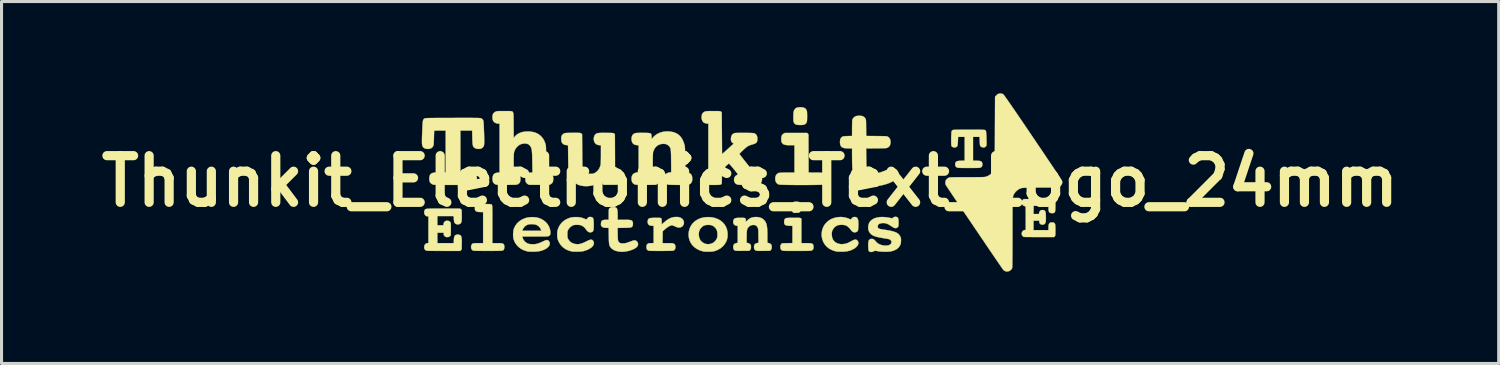
<source format=kicad_pcb>
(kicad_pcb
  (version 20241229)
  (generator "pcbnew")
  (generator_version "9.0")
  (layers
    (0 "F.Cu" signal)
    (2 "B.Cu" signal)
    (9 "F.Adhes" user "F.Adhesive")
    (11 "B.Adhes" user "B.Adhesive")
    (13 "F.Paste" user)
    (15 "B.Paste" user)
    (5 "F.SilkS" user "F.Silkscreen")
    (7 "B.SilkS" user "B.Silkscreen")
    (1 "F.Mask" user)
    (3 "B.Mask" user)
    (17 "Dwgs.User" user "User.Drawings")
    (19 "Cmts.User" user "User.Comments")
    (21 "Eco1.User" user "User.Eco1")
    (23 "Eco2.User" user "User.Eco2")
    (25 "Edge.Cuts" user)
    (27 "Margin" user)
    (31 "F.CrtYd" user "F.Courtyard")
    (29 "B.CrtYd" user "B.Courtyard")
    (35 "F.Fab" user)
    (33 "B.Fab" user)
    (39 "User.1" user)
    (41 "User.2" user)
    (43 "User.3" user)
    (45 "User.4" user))
  (footprint "Thunkit_Electronics_Text_Logo_24mm"
    (layer "F.Cu")
    (at 21.452 2.869)
    (property "Reference" "Thunkit_Electronics_Text_Logo_24mm" (at 0 0 0) (layer "F.SilkS") (effects (font (size 1.524 1.524) (thickness 0.3))))
    (attr through_hole)
    (fp_poly (pts (xy 1.521 0.67) (xy 1.558 0.672) (xy 1.583 0.677) (xy 1.601 0.686) (xy 1.616 0.699) (xy 1.626 0.71) (xy 1.633 0.72) (xy 1.638 0.734) (xy 1.64 0.755) (xy 1.641 0.786) (xy 1.642 0.831) (xy 1.642 0.856) (xy 1.641 0.908) (xy 1.641 0.945) (xy 1.639 0.971) (xy 1.635 0.987) (xy 1.629 0.998) (xy 1.621 1.008) (xy 1.62 1.009) (xy 1.608 1.019) (xy 1.592 1.026) (xy 1.569 1.03) (xy 1.533 1.032) (xy 1.51 1.033) (xy 1.468 1.035) (xy 1.441 1.034) (xy 1.423 1.031) (xy 1.41 1.024) (xy 1.397 1.013) (xy 1.394 1.009) (xy 1.371 0.975) (xy 1.359 0.928) (xy 1.357 0.865) (xy 1.36 0.821) (xy 1.369 0.762) (xy 1.383 0.72) (xy 1.405 0.691) (xy 1.438 0.675) (xy 1.482 0.669) (xy 1.521 0.67)) (stroke (width 0.01) (type solid)) (fill yes) (layer "F.SilkS"))
    (fp_poly (pts (xy 1.691 -2.414) (xy 1.752 -2.403) (xy 1.799 -2.379) (xy 1.832 -2.344) (xy 1.852 -2.296) (xy 1.854 -2.29) (xy 1.858 -2.262) (xy 1.86 -2.221) (xy 1.862 -2.171) (xy 1.862 -2.116) (xy 1.861 -2.062) (xy 1.86 -2.012) (xy 1.857 -1.971) (xy 1.853 -1.944) (xy 1.852 -1.943) (xy 1.831 -1.896) (xy 1.798 -1.864) (xy 1.751 -1.845) (xy 1.748 -1.844) (xy 1.704 -1.838) (xy 1.65 -1.836) (xy 1.594 -1.837) (xy 1.543 -1.841) (xy 1.518 -1.845) (xy 1.473 -1.864) (xy 1.439 -1.898) (xy 1.42 -1.942) (xy 1.415 -1.969) (xy 1.413 -2.012) (xy 1.412 -2.068) (xy 1.413 -2.126) (xy 1.414 -2.183) (xy 1.416 -2.225) (xy 1.42 -2.256) (xy 1.424 -2.279) (xy 1.43 -2.299) (xy 1.439 -2.319) (xy 1.44 -2.319) (xy 1.459 -2.35) (xy 1.482 -2.377) (xy 1.494 -2.386) (xy 1.533 -2.404) (xy 1.585 -2.414) (xy 1.647 -2.417) (xy 1.691 -2.414)) (stroke (width 0.01) (type solid)) (fill yes) (layer "F.SilkS"))
    (fp_poly (pts (xy 1.496 1.195) (xy 1.549 1.196) (xy 1.589 1.197) (xy 1.617 1.199) (xy 1.636 1.202) (xy 1.649 1.207) (xy 1.654 1.209) (xy 1.675 1.224) (xy 1.675 2.023) (xy 1.831 2.023) (xy 1.9 2.023) (xy 1.953 2.026) (xy 1.992 2.03) (xy 2.021 2.038) (xy 2.04 2.05) (xy 2.053 2.066) (xy 2.061 2.081) (xy 2.071 2.119) (xy 2.072 2.162) (xy 2.066 2.201) (xy 2.053 2.228) (xy 2.045 2.239) (xy 2.037 2.248) (xy 2.027 2.255) (xy 2.014 2.261) (xy 1.996 2.266) (xy 1.971 2.27) (xy 1.939 2.272) (xy 1.896 2.274) (xy 1.842 2.275) (xy 1.775 2.276) (xy 1.694 2.276) (xy 1.596 2.276) (xy 1.529 2.276) (xy 1.424 2.276) (xy 1.336 2.276) (xy 1.263 2.276) (xy 1.204 2.276) (xy 1.158 2.275) (xy 1.122 2.274) (xy 1.095 2.272) (xy 1.075 2.27) (xy 1.061 2.268) (xy 1.05 2.264) (xy 1.042 2.261) (xy 1.037 2.258) (xy 1.011 2.237) (xy 0.996 2.209) (xy 0.989 2.17) (xy 0.988 2.14) (xy 0.99 2.106) (xy 0.997 2.083) (xy 1.013 2.061) (xy 1.015 2.058) (xy 1.043 2.027) (xy 1.383 2.021) (xy 1.383 1.46) (xy 1.286 1.456) (xy 1.222 1.451) (xy 1.175 1.441) (xy 1.142 1.424) (xy 1.121 1.398) (xy 1.112 1.362) (xy 1.111 1.314) (xy 1.112 1.308) (xy 1.119 1.263) (xy 1.134 1.233) (xy 1.16 1.213) (xy 1.184 1.204) (xy 1.204 1.201) (xy 1.238 1.199) (xy 1.286 1.197) (xy 1.341 1.196) (xy 1.403 1.195) (xy 1.425 1.195) (xy 1.496 1.195)) (stroke (width 0.01) (type solid)) (fill yes) (layer "F.SilkS"))
    (fp_poly (pts (xy 1.884 -1.554) (xy 1.905 -1.533) (xy 1.908 -0.908) (xy 1.91 -0.283) (xy 2.162 -0.28) (xy 2.237 -0.28) (xy 2.296 -0.279) (xy 2.341 -0.277) (xy 2.375 -0.276) (xy 2.399 -0.273) (xy 2.417 -0.27) (xy 2.431 -0.266) (xy 2.443 -0.26) (xy 2.452 -0.255) (xy 2.492 -0.222) (xy 2.52 -0.176) (xy 2.535 -0.121) (xy 2.536 -0.058) (xy 2.53 -0.023) (xy 2.511 0.032) (xy 2.479 0.073) (xy 2.434 0.101) (xy 2.415 0.108) (xy 2.396 0.111) (xy 2.359 0.114) (xy 2.308 0.116) (xy 2.243 0.118) (xy 2.168 0.12) (xy 2.082 0.121) (xy 1.989 0.122) (xy 1.891 0.123) (xy 1.788 0.123) (xy 1.684 0.123) (xy 1.579 0.123) (xy 1.477 0.123) (xy 1.377 0.122) (xy 1.284 0.121) (xy 1.197 0.119) (xy 1.12 0.118) (xy 1.054 0.116) (xy 1.001 0.113) (xy 0.963 0.111) (xy 0.941 0.108) (xy 0.939 0.108) (xy 0.891 0.084) (xy 0.855 0.046) (xy 0.831 -0.002) (xy 0.82 -0.06) (xy 0.823 -0.125) (xy 0.829 -0.157) (xy 0.851 -0.205) (xy 0.886 -0.243) (xy 0.932 -0.268) (xy 0.944 -0.271) (xy 0.969 -0.275) (xy 1.011 -0.278) (xy 1.067 -0.28) (xy 1.137 -0.282) (xy 1.218 -0.282) (xy 1.449 -0.282) (xy 1.449 -1.176) (xy 1.314 -1.176) (xy 1.239 -1.177) (xy 1.179 -1.182) (xy 1.133 -1.19) (xy 1.098 -1.203) (xy 1.071 -1.22) (xy 1.061 -1.23) (xy 1.039 -1.257) (xy 1.025 -1.288) (xy 1.018 -1.327) (xy 1.016 -1.379) (xy 1.016 -1.381) (xy 1.02 -1.442) (xy 1.034 -1.49) (xy 1.058 -1.526) (xy 1.094 -1.553) (xy 1.134 -1.576) (xy 1.862 -1.576) (xy 1.884 -1.554)) (stroke (width 0.01) (type solid)) (fill yes) (layer "F.SilkS"))
    (fp_poly (pts (xy -1.296 1.174) (xy -1.28 1.176) (xy -1.168 1.196) (xy -1.067 1.231) (xy -0.978 1.278) (xy -0.901 1.338) (xy -0.838 1.409) (xy -0.789 1.49) (xy -0.755 1.581) (xy -0.737 1.68) (xy -0.734 1.738) (xy -0.737 1.813) (xy -0.748 1.878) (xy -0.768 1.941) (xy -0.787 1.983) (xy -0.836 2.064) (xy -0.9 2.136) (xy -0.977 2.198) (xy -1.066 2.247) (xy -1.134 2.273) (xy -1.168 2.284) (xy -1.2 2.291) (xy -1.235 2.296) (xy -1.278 2.299) (xy -1.333 2.301) (xy -1.345 2.301) (xy -1.423 2.302) (xy -1.484 2.299) (xy -1.53 2.293) (xy -1.538 2.291) (xy -1.644 2.259) (xy -1.738 2.213) (xy -1.82 2.155) (xy -1.888 2.087) (xy -1.942 2.009) (xy -1.981 1.923) (xy -2.004 1.829) (xy -2.009 1.74) (xy -1.678 1.74) (xy -1.669 1.821) (xy -1.644 1.892) (xy -1.605 1.952) (xy -1.552 2) (xy -1.485 2.036) (xy -1.449 2.048) (xy -1.397 2.056) (xy -1.337 2.054) (xy -1.278 2.043) (xy -1.236 2.028) (xy -1.176 1.99) (xy -1.126 1.938) (xy -1.092 1.882) (xy -1.08 1.854) (xy -1.073 1.827) (xy -1.069 1.796) (xy -1.068 1.754) (xy -1.068 1.74) (xy -1.071 1.672) (xy -1.082 1.617) (xy -1.102 1.57) (xy -1.133 1.526) (xy -1.145 1.514) (xy -1.19 1.473) (xy -1.239 1.446) (xy -1.296 1.43) (xy -1.366 1.426) (xy -1.369 1.426) (xy -1.437 1.43) (xy -1.493 1.443) (xy -1.541 1.468) (xy -1.586 1.507) (xy -1.599 1.52) (xy -1.639 1.573) (xy -1.664 1.629) (xy -1.676 1.693) (xy -1.678 1.74) (xy -2.009 1.74) (xy -2.01 1.73) (xy -2 1.637) (xy -1.974 1.541) (xy -1.931 1.453) (xy -1.873 1.374) (xy -1.802 1.307) (xy -1.718 1.252) (xy -1.623 1.211) (xy -1.605 1.205) (xy -1.506 1.182) (xy -1.4 1.172) (xy -1.296 1.174)) (stroke (width 0.01) (type solid)) (fill yes) (layer "F.SilkS"))
    (fp_poly (pts (xy -8.707 0.744) (xy -8.642 0.745) (xy -8.579 0.746) (xy -8.531 0.747) (xy -8.497 0.749) (xy -8.474 0.751) (xy -8.458 0.754) (xy -8.448 0.759) (xy -8.441 0.766) (xy -8.438 0.77) (xy -8.434 0.775) (xy -8.431 0.782) (xy -8.428 0.791) (xy -8.426 0.805) (xy -8.424 0.824) (xy -8.423 0.851) (xy -8.422 0.886) (xy -8.421 0.93) (xy -8.42 0.986) (xy -8.42 1.055) (xy -8.42 1.138) (xy -8.42 1.236) (xy -8.42 1.351) (xy -8.42 1.407) (xy -8.42 2.023) (xy -8.262 2.023) (xy -8.194 2.023) (xy -8.142 2.026) (xy -8.103 2.031) (xy -8.076 2.039) (xy -8.057 2.052) (xy -8.044 2.069) (xy -8.034 2.093) (xy -8.034 2.094) (xy -8.027 2.132) (xy -8.029 2.176) (xy -8.038 2.216) (xy -8.044 2.231) (xy -8.05 2.241) (xy -8.057 2.249) (xy -8.068 2.256) (xy -8.083 2.262) (xy -8.104 2.266) (xy -8.133 2.27) (xy -8.171 2.272) (xy -8.219 2.274) (xy -8.28 2.275) (xy -8.355 2.276) (xy -8.446 2.276) (xy -8.553 2.276) (xy -8.572 2.276) (xy -8.68 2.276) (xy -8.771 2.276) (xy -8.846 2.275) (xy -8.907 2.274) (xy -8.955 2.273) (xy -8.992 2.271) (xy -9.02 2.27) (xy -9.039 2.267) (xy -9.052 2.264) (xy -9.057 2.262) (xy -9.086 2.24) (xy -9.105 2.207) (xy -9.115 2.167) (xy -9.114 2.125) (xy -9.103 2.085) (xy -9.082 2.053) (xy -9.061 2.037) (xy -9.045 2.032) (xy -9.023 2.027) (xy -8.992 2.025) (xy -8.948 2.023) (xy -8.889 2.023) (xy -8.876 2.023) (xy -8.721 2.023) (xy -8.721 1.007) (xy -8.81 1.007) (xy -8.876 1.004) (xy -8.925 0.994) (xy -8.96 0.976) (xy -8.981 0.949) (xy -8.991 0.911) (xy -8.991 0.863) (xy -8.988 0.828) (xy -8.98 0.806) (xy -8.967 0.788) (xy -8.958 0.78) (xy -8.943 0.768) (xy -8.924 0.759) (xy -8.901 0.752) (xy -8.87 0.748) (xy -8.829 0.745) (xy -8.775 0.744) (xy -8.707 0.744)) (stroke (width 0.01) (type solid)) (fill yes) (layer "F.SilkS"))
    (fp_poly (pts (xy -7.061 1.174) (xy -6.982 1.183) (xy -6.929 1.194) (xy -6.831 1.229) (xy -6.745 1.278) (xy -6.671 1.34) (xy -6.61 1.411) (xy -6.564 1.493) (xy -6.535 1.582) (xy -6.527 1.624) (xy -6.522 1.683) (xy -6.526 1.727) (xy -6.54 1.76) (xy -6.565 1.784) (xy -6.576 1.79) (xy -6.585 1.794) (xy -6.597 1.797) (xy -6.613 1.8) (xy -6.634 1.802) (xy -6.664 1.803) (xy -6.703 1.804) (xy -6.753 1.805) (xy -6.816 1.806) (xy -6.893 1.806) (xy -6.987 1.806) (xy -7.026 1.806) (xy -7.443 1.806) (xy -7.437 1.832) (xy -7.412 1.899) (xy -7.37 1.958) (xy -7.317 2.005) (xy -7.273 2.03) (xy -7.242 2.043) (xy -7.209 2.051) (xy -7.169 2.056) (xy -7.126 2.058) (xy -7.064 2.059) (xy -7.007 2.054) (xy -6.952 2.042) (xy -6.893 2.023) (xy -6.826 1.995) (xy -6.781 1.974) (xy -6.723 1.948) (xy -6.679 1.931) (xy -6.645 1.923) (xy -6.619 1.924) (xy -6.597 1.933) (xy -6.578 1.951) (xy -6.572 1.957) (xy -6.548 1.998) (xy -6.542 2.042) (xy -6.554 2.089) (xy -6.555 2.09) (xy -6.587 2.14) (xy -6.637 2.185) (xy -6.703 2.225) (xy -6.784 2.259) (xy -6.844 2.277) (xy -6.892 2.287) (xy -6.953 2.295) (xy -7.02 2.3) (xy -7.091 2.302) (xy -7.159 2.302) (xy -7.219 2.299) (xy -7.267 2.293) (xy -7.277 2.291) (xy -7.382 2.259) (xy -7.476 2.213) (xy -7.558 2.154) (xy -7.627 2.083) (xy -7.681 2.002) (xy -7.72 1.911) (xy -7.728 1.881) (xy -7.738 1.825) (xy -7.742 1.759) (xy -7.74 1.689) (xy -7.732 1.622) (xy -7.731 1.618) (xy -7.443 1.618) (xy -6.819 1.618) (xy -6.826 1.597) (xy -6.855 1.532) (xy -6.899 1.479) (xy -6.957 1.438) (xy -6.976 1.429) (xy -7.022 1.414) (xy -7.081 1.405) (xy -7.143 1.402) (xy -7.204 1.405) (xy -7.255 1.415) (xy -7.257 1.416) (xy -7.318 1.445) (xy -7.371 1.488) (xy -7.412 1.543) (xy -7.436 1.597) (xy -7.443 1.618) (xy -7.731 1.618) (xy -7.72 1.564) (xy -7.714 1.546) (xy -7.67 1.455) (xy -7.612 1.376) (xy -7.539 1.308) (xy -7.453 1.252) (xy -7.355 1.21) (xy -7.303 1.194) (xy -7.229 1.18) (xy -7.146 1.173) (xy -7.061 1.174)) (stroke (width 0.01) (type solid)) (fill yes) (layer "F.SilkS"))
    (fp_poly (pts (xy 3.449 1.171) (xy 3.484 1.188) (xy 3.49 1.192) (xy 3.508 1.214) (xy 3.521 1.244) (xy 3.53 1.284) (xy 3.535 1.337) (xy 3.537 1.404) (xy 3.536 1.465) (xy 3.533 1.527) (xy 3.529 1.574) (xy 3.521 1.607) (xy 3.509 1.631) (xy 3.492 1.647) (xy 3.468 1.659) (xy 3.454 1.664) (xy 3.406 1.671) (xy 3.364 1.66) (xy 3.325 1.632) (xy 3.302 1.604) (xy 3.253 1.541) (xy 3.202 1.492) (xy 3.152 1.456) (xy 3.122 1.443) (xy 3.075 1.431) (xy 3.018 1.425) (xy 2.959 1.425) (xy 2.904 1.43) (xy 2.858 1.44) (xy 2.841 1.447) (xy 2.782 1.482) (xy 2.737 1.525) (xy 2.701 1.581) (xy 2.698 1.588) (xy 2.682 1.622) (xy 2.673 1.65) (xy 2.668 1.68) (xy 2.667 1.719) (xy 2.667 1.731) (xy 2.672 1.804) (xy 2.687 1.865) (xy 2.713 1.918) (xy 2.739 1.952) (xy 2.793 1.999) (xy 2.858 2.033) (xy 2.932 2.052) (xy 3.012 2.057) (xy 3.097 2.046) (xy 3.156 2.03) (xy 3.189 2.018) (xy 3.231 1.998) (xy 3.276 1.975) (xy 3.305 1.96) (xy 3.36 1.93) (xy 3.403 1.913) (xy 3.437 1.906) (xy 3.466 1.911) (xy 3.491 1.925) (xy 3.5 1.934) (xy 3.527 1.971) (xy 3.538 2.012) (xy 3.531 2.056) (xy 3.51 2.101) (xy 3.473 2.145) (xy 3.423 2.187) (xy 3.37 2.218) (xy 3.308 2.248) (xy 3.247 2.27) (xy 3.184 2.285) (xy 3.114 2.295) (xy 3.031 2.3) (xy 3.001 2.301) (xy 2.939 2.302) (xy 2.892 2.302) (xy 2.854 2.299) (xy 2.822 2.295) (xy 2.79 2.288) (xy 2.785 2.287) (xy 2.678 2.251) (xy 2.585 2.204) (xy 2.507 2.143) (xy 2.442 2.07) (xy 2.394 1.991) (xy 2.357 1.894) (xy 2.337 1.795) (xy 2.337 1.695) (xy 2.354 1.594) (xy 2.39 1.496) (xy 2.4 1.476) (xy 2.436 1.419) (xy 2.485 1.361) (xy 2.542 1.307) (xy 2.603 1.263) (xy 2.643 1.24) (xy 2.748 1.199) (xy 2.856 1.175) (xy 2.965 1.168) (xy 3.074 1.179) (xy 3.178 1.206) (xy 3.21 1.218) (xy 3.249 1.235) (xy 3.275 1.244) (xy 3.291 1.247) (xy 3.3 1.244) (xy 3.306 1.235) (xy 3.309 1.228) (xy 3.333 1.197) (xy 3.368 1.177) (xy 3.408 1.167) (xy 3.449 1.171)) (stroke (width 0.01) (type solid)) (fill yes) (layer "F.SilkS"))
    (fp_poly (pts (xy -2.385 1.168) (xy -2.339 1.172) (xy -2.305 1.18) (xy -2.273 1.192) (xy -2.26 1.199) (xy -2.213 1.233) (xy -2.182 1.273) (xy -2.165 1.318) (xy -2.16 1.363) (xy -2.169 1.407) (xy -2.189 1.447) (xy -2.219 1.48) (xy -2.26 1.503) (xy -2.31 1.514) (xy -2.352 1.512) (xy -2.379 1.505) (xy -2.414 1.492) (xy -2.453 1.476) (xy -2.458 1.473) (xy -2.494 1.457) (xy -2.527 1.445) (xy -2.552 1.439) (xy -2.555 1.439) (xy -2.591 1.446) (xy -2.636 1.466) (xy -2.688 1.497) (xy -2.744 1.538) (xy -2.775 1.564) (xy -2.855 1.633) (xy -2.858 1.828) (xy -2.86 2.023) (xy -2.693 2.023) (xy -2.63 2.023) (xy -2.583 2.024) (xy -2.549 2.026) (xy -2.524 2.029) (xy -2.506 2.034) (xy -2.493 2.039) (xy -2.464 2.063) (xy -2.446 2.097) (xy -2.438 2.137) (xy -2.441 2.179) (xy -2.453 2.218) (xy -2.475 2.249) (xy -2.504 2.266) (xy -2.523 2.269) (xy -2.559 2.272) (xy -2.614 2.274) (xy -2.686 2.275) (xy -2.774 2.276) (xy -2.88 2.277) (xy -2.92 2.277) (xy -3.016 2.277) (xy -3.095 2.276) (xy -3.158 2.276) (xy -3.208 2.275) (xy -3.247 2.274) (xy -3.276 2.273) (xy -3.298 2.271) (xy -3.313 2.268) (xy -3.324 2.265) (xy -3.333 2.261) (xy -3.337 2.258) (xy -3.362 2.239) (xy -3.378 2.216) (xy -3.385 2.184) (xy -3.387 2.146) (xy -3.385 2.111) (xy -3.38 2.088) (xy -3.368 2.069) (xy -3.359 2.058) (xy -3.346 2.044) (xy -3.333 2.035) (xy -3.316 2.029) (xy -3.291 2.026) (xy -3.253 2.024) (xy -3.242 2.024) (xy -3.151 2.021) (xy -3.151 1.458) (xy -3.191 1.458) (xy -3.251 1.452) (xy -3.296 1.435) (xy -3.327 1.406) (xy -3.344 1.365) (xy -3.347 1.347) (xy -3.346 1.293) (xy -3.333 1.251) (xy -3.307 1.221) (xy -3.299 1.216) (xy -3.284 1.21) (xy -3.265 1.205) (xy -3.237 1.202) (xy -3.199 1.199) (xy -3.146 1.197) (xy -3.102 1.196) (xy -3.033 1.195) (xy -2.981 1.195) (xy -2.943 1.198) (xy -2.917 1.205) (xy -2.901 1.217) (xy -2.892 1.235) (xy -2.889 1.262) (xy -2.888 1.297) (xy -2.888 1.318) (xy -2.888 1.412) (xy -2.801 1.336) (xy -2.718 1.27) (xy -2.639 1.221) (xy -2.56 1.189) (xy -2.479 1.171) (xy -2.394 1.168) (xy -2.385 1.168)) (stroke (width 0.01) (type solid)) (fill yes) (layer "F.SilkS"))
    (fp_poly (pts (xy 7.27 -1.684) (xy 7.353 -1.684) (xy 7.431 -1.683) (xy 7.502 -1.682) (xy 7.563 -1.68) (xy 7.611 -1.678) (xy 7.646 -1.676) (xy 7.664 -1.674) (xy 7.665 -1.674) (xy 7.693 -1.655) (xy 7.704 -1.635) (xy 7.707 -1.617) (xy 7.71 -1.584) (xy 7.714 -1.538) (xy 7.717 -1.483) (xy 7.719 -1.422) (xy 7.72 -1.393) (xy 7.722 -1.323) (xy 7.723 -1.269) (xy 7.723 -1.228) (xy 7.722 -1.199) (xy 7.72 -1.178) (xy 7.716 -1.163) (xy 7.711 -1.151) (xy 7.687 -1.123) (xy 7.652 -1.106) (xy 7.613 -1.102) (xy 7.573 -1.11) (xy 7.538 -1.132) (xy 7.534 -1.135) (xy 7.524 -1.146) (xy 7.516 -1.157) (xy 7.511 -1.171) (xy 7.508 -1.192) (xy 7.505 -1.223) (xy 7.503 -1.267) (xy 7.501 -1.305) (xy 7.495 -1.449) (xy 7.281 -1.449) (xy 7.281 -0.668) (xy 7.39 -0.668) (xy 7.455 -0.667) (xy 7.503 -0.661) (xy 7.538 -0.651) (xy 7.561 -0.635) (xy 7.576 -0.611) (xy 7.585 -0.579) (xy 7.587 -0.568) (xy 7.586 -0.52) (xy 7.571 -0.481) (xy 7.543 -0.453) (xy 7.535 -0.449) (xy 7.525 -0.445) (xy 7.513 -0.442) (xy 7.496 -0.439) (xy 7.472 -0.437) (xy 7.441 -0.435) (xy 7.399 -0.434) (xy 7.345 -0.433) (xy 7.276 -0.433) (xy 7.192 -0.433) (xy 7.145 -0.433) (xy 7.052 -0.433) (xy 6.977 -0.433) (xy 6.916 -0.434) (xy 6.868 -0.435) (xy 6.832 -0.436) (xy 6.805 -0.438) (xy 6.785 -0.44) (xy 6.77 -0.443) (xy 6.759 -0.447) (xy 6.755 -0.449) (xy 6.722 -0.474) (xy 6.703 -0.508) (xy 6.698 -0.55) (xy 6.702 -0.591) (xy 6.715 -0.621) (xy 6.738 -0.643) (xy 6.774 -0.657) (xy 6.824 -0.665) (xy 6.89 -0.668) (xy 6.898 -0.668) (xy 7.009 -0.668) (xy 7.009 -1.449) (xy 6.794 -1.449) (xy 6.788 -1.315) (xy 6.785 -1.264) (xy 6.781 -1.219) (xy 6.777 -1.183) (xy 6.773 -1.16) (xy 6.772 -1.157) (xy 6.752 -1.128) (xy 6.721 -1.109) (xy 6.684 -1.101) (xy 6.646 -1.104) (xy 6.611 -1.118) (xy 6.584 -1.142) (xy 6.576 -1.157) (xy 6.572 -1.176) (xy 6.57 -1.21) (xy 6.568 -1.255) (xy 6.568 -1.31) (xy 6.568 -1.369) (xy 6.569 -1.43) (xy 6.571 -1.489) (xy 6.573 -1.543) (xy 6.576 -1.588) (xy 6.58 -1.622) (xy 6.584 -1.638) (xy 6.602 -1.661) (xy 6.624 -1.673) (xy 6.64 -1.676) (xy 6.673 -1.678) (xy 6.72 -1.68) (xy 6.78 -1.681) (xy 6.849 -1.682) (xy 6.926 -1.683) (xy 7.009 -1.684) (xy 7.096 -1.684) (xy 7.183 -1.684) (xy 7.27 -1.684)) (stroke (width 0.01) (type solid)) (fill yes) (layer "F.SilkS"))
    (fp_poly (pts (xy -4.444 0.847) (xy -4.405 0.853) (xy -4.386 0.86) (xy -4.366 0.873) (xy -4.351 0.891) (xy -4.341 0.918) (xy -4.334 0.954) (xy -4.329 1.003) (xy -4.328 1.067) (xy -4.327 1.106) (xy -4.327 1.261) (xy -4.125 1.261) (xy -4.048 1.261) (xy -3.988 1.262) (xy -3.943 1.265) (xy -3.908 1.27) (xy -3.883 1.277) (xy -3.865 1.287) (xy -3.851 1.299) (xy -3.843 1.311) (xy -3.832 1.34) (xy -3.827 1.379) (xy -3.829 1.42) (xy -3.837 1.456) (xy -3.838 1.458) (xy -3.847 1.476) (xy -3.858 1.49) (xy -3.874 1.501) (xy -3.897 1.509) (xy -3.929 1.515) (xy -3.973 1.518) (xy -4.03 1.521) (xy -4.104 1.522) (xy -4.119 1.522) (xy -4.329 1.526) (xy -4.326 1.729) (xy -4.324 1.805) (xy -4.322 1.863) (xy -4.319 1.908) (xy -4.313 1.942) (xy -4.305 1.967) (xy -4.294 1.985) (xy -4.279 2) (xy -4.26 2.013) (xy -4.259 2.014) (xy -4.22 2.028) (xy -4.169 2.033) (xy -4.11 2.03) (xy -4.046 2.018) (xy -3.998 2.003) (xy -3.931 1.979) (xy -3.879 1.96) (xy -3.84 1.946) (xy -3.812 1.937) (xy -3.792 1.932) (xy -3.777 1.93) (xy -3.766 1.931) (xy -3.755 1.933) (xy -3.744 1.938) (xy -3.741 1.938) (xy -3.702 1.961) (xy -3.675 1.995) (xy -3.661 2.036) (xy -3.662 2.081) (xy -3.678 2.121) (xy -3.71 2.158) (xy -3.758 2.193) (xy -3.819 2.225) (xy -3.889 2.252) (xy -3.967 2.275) (xy -4.048 2.292) (xy -4.131 2.302) (xy -4.196 2.304) (xy -4.231 2.303) (xy -4.26 2.301) (xy -4.276 2.299) (xy -4.33 2.288) (xy -4.37 2.278) (xy -4.401 2.269) (xy -4.427 2.259) (xy -4.451 2.248) (xy -4.488 2.225) (xy -4.525 2.195) (xy -4.543 2.177) (xy -4.562 2.154) (xy -4.577 2.132) (xy -4.589 2.108) (xy -4.598 2.08) (xy -4.605 2.045) (xy -4.609 2.002) (xy -4.613 1.947) (xy -4.615 1.878) (xy -4.617 1.793) (xy -4.617 1.78) (xy -4.621 1.524) (xy -4.683 1.524) (xy -4.743 1.521) (xy -4.789 1.513) (xy -4.823 1.498) (xy -4.848 1.476) (xy -4.862 1.459) (xy -4.87 1.442) (xy -4.873 1.421) (xy -4.872 1.387) (xy -4.871 1.382) (xy -4.866 1.338) (xy -4.853 1.306) (xy -4.832 1.284) (xy -4.798 1.27) (xy -4.751 1.263) (xy -4.692 1.261) (xy -4.619 1.261) (xy -4.619 1.089) (xy -4.619 1.022) (xy -4.617 0.972) (xy -4.615 0.935) (xy -4.609 0.909) (xy -4.601 0.89) (xy -4.589 0.877) (xy -4.572 0.866) (xy -4.561 0.86) (xy -4.53 0.85) (xy -4.488 0.846) (xy -4.444 0.847)) (stroke (width 0.01) (type solid)) (fill yes) (layer "F.SilkS"))
    (fp_poly (pts (xy -9.448 0.916) (xy -9.422 0.939) (xy -9.419 1.107) (xy -9.418 1.184) (xy -9.42 1.245) (xy -9.423 1.292) (xy -9.43 1.328) (xy -9.44 1.354) (xy -9.454 1.374) (xy -9.471 1.389) (xy -9.472 1.39) (xy -9.511 1.407) (xy -9.555 1.411) (xy -9.597 1.402) (xy -9.632 1.383) (xy -9.656 1.355) (xy -9.665 1.329) (xy -9.672 1.288) (xy -9.677 1.236) (xy -9.677 1.232) (xy -9.683 1.138) (xy -10.216 1.138) (xy -10.216 1.439) (xy -10.021 1.439) (xy -10.014 1.399) (xy -10.005 1.361) (xy -9.992 1.335) (xy -9.971 1.315) (xy -9.959 1.307) (xy -9.92 1.292) (xy -9.877 1.291) (xy -9.837 1.302) (xy -9.804 1.324) (xy -9.789 1.345) (xy -9.783 1.358) (xy -9.78 1.374) (xy -9.777 1.398) (xy -9.776 1.43) (xy -9.775 1.475) (xy -9.776 1.534) (xy -9.776 1.572) (xy -9.779 1.77) (xy -9.81 1.798) (xy -9.831 1.814) (xy -9.853 1.822) (xy -9.884 1.825) (xy -9.893 1.825) (xy -9.925 1.824) (xy -9.947 1.818) (xy -9.966 1.804) (xy -9.977 1.793) (xy -9.999 1.768) (xy -10.008 1.745) (xy -10.009 1.722) (xy -10.009 1.684) (xy -10.216 1.684) (xy -10.216 2.023) (xy -9.683 2.023) (xy -9.677 1.924) (xy -9.673 1.865) (xy -9.664 1.821) (xy -9.652 1.79) (xy -9.634 1.769) (xy -9.609 1.754) (xy -9.607 1.753) (xy -9.565 1.743) (xy -9.52 1.745) (xy -9.479 1.758) (xy -9.465 1.766) (xy -9.449 1.781) (xy -9.437 1.802) (xy -9.429 1.831) (xy -9.423 1.871) (xy -9.419 1.922) (xy -9.418 1.989) (xy -9.419 2.054) (xy -9.422 2.231) (xy -9.448 2.254) (xy -9.474 2.277) (xy -10.017 2.277) (xy -10.134 2.276) (xy -10.234 2.276) (xy -10.317 2.276) (xy -10.386 2.275) (xy -10.442 2.275) (xy -10.487 2.273) (xy -10.521 2.272) (xy -10.547 2.27) (xy -10.566 2.268) (xy -10.578 2.266) (xy -10.586 2.263) (xy -10.587 2.262) (xy -10.618 2.241) (xy -10.636 2.213) (xy -10.645 2.176) (xy -10.645 2.129) (xy -10.632 2.087) (xy -10.608 2.053) (xy -10.576 2.03) (xy -10.54 2.023) (xy -10.508 2.023) (xy -10.508 1.148) (xy -10.537 1.148) (xy -10.576 1.139) (xy -10.608 1.117) (xy -10.632 1.083) (xy -10.645 1.043) (xy -10.647 0.999) (xy -10.636 0.956) (xy -10.625 0.937) (xy -10.619 0.928) (xy -10.612 0.92) (xy -10.604 0.914) (xy -10.591 0.909) (xy -10.573 0.905) (xy -10.549 0.901) (xy -10.517 0.899) (xy -10.476 0.897) (xy -10.424 0.895) (xy -10.359 0.894) (xy -10.281 0.894) (xy -10.187 0.894) (xy -10.077 0.894) (xy -10.019 0.894) (xy -9.474 0.894) (xy -9.448 0.916)) (stroke (width 0.01) (type solid)) (fill yes) (layer "F.SilkS"))
    (fp_poly (pts (xy -5.188 1.17) (xy -5.16 1.18) (xy -5.156 1.182) (xy -5.14 1.196) (xy -5.128 1.214) (xy -5.119 1.238) (xy -5.113 1.271) (xy -5.11 1.316) (xy -5.108 1.376) (xy -5.108 1.423) (xy -5.109 1.493) (xy -5.111 1.548) (xy -5.116 1.588) (xy -5.123 1.617) (xy -5.135 1.637) (xy -5.151 1.651) (xy -5.172 1.661) (xy -5.179 1.663) (xy -5.222 1.672) (xy -5.261 1.666) (xy -5.298 1.645) (xy -5.335 1.608) (xy -5.363 1.571) (xy -5.402 1.52) (xy -5.444 1.483) (xy -5.496 1.453) (xy -5.509 1.447) (xy -5.535 1.437) (xy -5.562 1.431) (xy -5.596 1.427) (xy -5.642 1.426) (xy -5.654 1.426) (xy -5.7 1.426) (xy -5.733 1.428) (xy -5.759 1.432) (xy -5.782 1.44) (xy -5.806 1.451) (xy -5.867 1.491) (xy -5.917 1.545) (xy -5.949 1.598) (xy -5.959 1.623) (xy -5.965 1.649) (xy -5.968 1.682) (xy -5.969 1.728) (xy -5.969 1.74) (xy -5.968 1.788) (xy -5.966 1.822) (xy -5.961 1.847) (xy -5.953 1.871) (xy -5.946 1.886) (xy -5.905 1.948) (xy -5.852 1.996) (xy -5.787 2.031) (xy -5.708 2.052) (xy -5.698 2.053) (xy -5.64 2.058) (xy -5.583 2.054) (xy -5.524 2.041) (xy -5.458 2.017) (xy -5.383 1.983) (xy -5.356 1.97) (xy -5.298 1.941) (xy -5.253 1.922) (xy -5.219 1.911) (xy -5.192 1.909) (xy -5.169 1.913) (xy -5.148 1.925) (xy -5.147 1.926) (xy -5.128 1.947) (xy -5.112 1.975) (xy -5.109 1.983) (xy -5.102 2.029) (xy -5.113 2.075) (xy -5.14 2.12) (xy -5.183 2.163) (xy -5.241 2.203) (xy -5.311 2.239) (xy -5.395 2.269) (xy -5.405 2.272) (xy -5.442 2.283) (xy -5.476 2.29) (xy -5.513 2.295) (xy -5.556 2.298) (xy -5.611 2.3) (xy -5.635 2.301) (xy -5.71 2.302) (xy -5.769 2.3) (xy -5.814 2.296) (xy -5.837 2.291) (xy -5.94 2.261) (xy -6.029 2.218) (xy -6.108 2.162) (xy -6.164 2.109) (xy -6.21 2.049) (xy -6.25 1.98) (xy -6.28 1.91) (xy -6.293 1.865) (xy -6.3 1.807) (xy -6.302 1.74) (xy -6.299 1.672) (xy -6.291 1.611) (xy -6.288 1.6) (xy -6.258 1.512) (xy -6.212 1.429) (xy -6.152 1.355) (xy -6.08 1.291) (xy -6 1.242) (xy -5.93 1.211) (xy -5.866 1.19) (xy -5.801 1.177) (xy -5.728 1.172) (xy -5.691 1.172) (xy -5.62 1.173) (xy -5.559 1.18) (xy -5.503 1.193) (xy -5.442 1.213) (xy -5.41 1.226) (xy -5.374 1.24) (xy -5.351 1.246) (xy -5.34 1.246) (xy -5.335 1.241) (xy -5.326 1.227) (xy -5.309 1.206) (xy -5.301 1.197) (xy -5.278 1.178) (xy -5.256 1.169) (xy -5.225 1.167) (xy -5.224 1.167) (xy -5.188 1.17)) (stroke (width 0.01) (type solid)) (fill yes) (layer "F.SilkS"))
    (fp_poly (pts (xy 9.951 0.605) (xy 9.959 0.614) (xy 9.964 0.624) (xy 9.968 0.638) (xy 9.97 0.66) (xy 9.971 0.692) (xy 9.972 0.737) (xy 9.972 0.798) (xy 9.972 0.798) (xy 9.971 0.869) (xy 9.97 0.922) (xy 9.966 0.963) (xy 9.96 0.992) (xy 9.951 1.012) (xy 9.939 1.026) (xy 9.925 1.035) (xy 9.898 1.042) (xy 9.862 1.044) (xy 9.824 1.04) (xy 9.794 1.031) (xy 9.794 1.03) (xy 9.773 1.014) (xy 9.758 0.988) (xy 9.75 0.95) (xy 9.746 0.897) (xy 9.746 0.878) (xy 9.746 0.799) (xy 9.262 0.804) (xy 9.259 0.938) (xy 9.256 1.072) (xy 9.434 1.072) (xy 9.441 1.033) (xy 9.456 0.989) (xy 9.483 0.958) (xy 9.522 0.943) (xy 9.546 0.941) (xy 9.582 0.943) (xy 9.609 0.952) (xy 9.63 0.969) (xy 9.645 0.996) (xy 9.654 1.036) (xy 9.659 1.09) (xy 9.661 1.16) (xy 9.661 1.183) (xy 9.661 1.242) (xy 9.66 1.286) (xy 9.657 1.318) (xy 9.653 1.341) (xy 9.648 1.358) (xy 9.645 1.364) (xy 9.619 1.397) (xy 9.583 1.416) (xy 9.541 1.421) (xy 9.497 1.409) (xy 9.492 1.406) (xy 9.463 1.384) (xy 9.448 1.354) (xy 9.445 1.322) (xy 9.445 1.289) (xy 9.257 1.289) (xy 9.257 1.599) (xy 9.746 1.599) (xy 9.746 1.514) (xy 9.749 1.453) (xy 9.757 1.408) (xy 9.772 1.377) (xy 9.795 1.358) (xy 9.799 1.356) (xy 9.834 1.347) (xy 9.876 1.346) (xy 9.914 1.354) (xy 9.92 1.356) (xy 9.937 1.366) (xy 9.95 1.378) (xy 9.959 1.396) (xy 9.965 1.422) (xy 9.969 1.458) (xy 9.971 1.507) (xy 9.972 1.572) (xy 9.972 1.599) (xy 9.972 1.662) (xy 9.971 1.708) (xy 9.97 1.741) (xy 9.968 1.764) (xy 9.965 1.779) (xy 9.96 1.789) (xy 9.953 1.798) (xy 9.949 1.802) (xy 9.926 1.825) (xy 9.438 1.824) (xy 9.344 1.824) (xy 9.255 1.824) (xy 9.174 1.823) (xy 9.101 1.822) (xy 9.04 1.822) (xy 8.991 1.821) (xy 8.957 1.82) (xy 8.939 1.819) (xy 8.937 1.818) (xy 8.907 1.799) (xy 8.884 1.768) (xy 8.875 1.744) (xy 8.873 1.694) (xy 8.886 1.651) (xy 8.913 1.619) (xy 8.951 1.599) (xy 8.965 1.596) (xy 9.003 1.59) (xy 9.003 1.204) (xy 9.003 1.108) (xy 9.003 1.028) (xy 9.002 0.965) (xy 9.001 0.915) (xy 9 0.878) (xy 8.999 0.851) (xy 8.997 0.833) (xy 8.994 0.823) (xy 8.991 0.819) (xy 8.989 0.818) (xy 8.972 0.815) (xy 8.946 0.807) (xy 8.938 0.804) (xy 8.904 0.781) (xy 8.882 0.748) (xy 8.872 0.708) (xy 8.874 0.667) (xy 8.891 0.629) (xy 8.908 0.609) (xy 8.937 0.583) (xy 9.931 0.583) (xy 9.951 0.605)) (stroke (width 0.01) (type solid)) (fill yes) (layer "F.SilkS"))
    (fp_poly (pts (xy 0.221 1.17) (xy 0.3 1.18) (xy 0.365 1.202) (xy 0.42 1.235) (xy 0.468 1.281) (xy 0.478 1.294) (xy 0.501 1.328) (xy 0.52 1.364) (xy 0.535 1.406) (xy 0.546 1.456) (xy 0.554 1.515) (xy 0.56 1.586) (xy 0.563 1.671) (xy 0.564 1.772) (xy 0.564 1.79) (xy 0.564 2.013) (xy 0.604 2.019) (xy 0.648 2.035) (xy 0.675 2.056) (xy 0.692 2.074) (xy 0.701 2.091) (xy 0.705 2.114) (xy 0.706 2.148) (xy 0.706 2.149) (xy 0.705 2.184) (xy 0.7 2.207) (xy 0.691 2.226) (xy 0.678 2.241) (xy 0.651 2.272) (xy 0.434 2.275) (xy 0.362 2.275) (xy 0.306 2.276) (xy 0.264 2.275) (xy 0.233 2.273) (xy 0.211 2.27) (xy 0.195 2.267) (xy 0.185 2.263) (xy 0.153 2.24) (xy 0.135 2.207) (xy 0.127 2.161) (xy 0.127 2.15) (xy 0.132 2.099) (xy 0.149 2.062) (xy 0.18 2.037) (xy 0.226 2.021) (xy 0.238 2.019) (xy 0.275 2.012) (xy 0.271 1.784) (xy 0.27 1.713) (xy 0.269 1.658) (xy 0.268 1.616) (xy 0.266 1.585) (xy 0.263 1.562) (xy 0.259 1.544) (xy 0.253 1.529) (xy 0.246 1.514) (xy 0.245 1.51) (xy 0.218 1.469) (xy 0.184 1.443) (xy 0.141 1.43) (xy 0.105 1.428) (xy 0.043 1.436) (xy -0.011 1.461) (xy -0.055 1.5) (xy -0.073 1.523) (xy -0.087 1.548) (xy -0.097 1.579) (xy -0.105 1.616) (xy -0.109 1.664) (xy -0.112 1.724) (xy -0.113 1.8) (xy -0.113 1.822) (xy -0.113 2.013) (xy -0.073 2.019) (xy -0.029 2.035) (xy -0.002 2.056) (xy 0.014 2.074) (xy 0.024 2.091) (xy 0.027 2.114) (xy 0.028 2.148) (xy 0.028 2.149) (xy 0.027 2.184) (xy 0.023 2.207) (xy 0.013 2.226) (xy 0.001 2.241) (xy -0.027 2.272) (xy -0.246 2.274) (xy -0.321 2.275) (xy -0.38 2.274) (xy -0.424 2.273) (xy -0.456 2.271) (xy -0.479 2.268) (xy -0.494 2.264) (xy -0.495 2.263) (xy -0.522 2.247) (xy -0.539 2.222) (xy -0.549 2.185) (xy -0.551 2.176) (xy -0.552 2.122) (xy -0.538 2.078) (xy -0.509 2.045) (xy -0.465 2.024) (xy -0.441 2.019) (xy -0.405 2.013) (xy -0.405 1.461) (xy -0.443 1.456) (xy -0.49 1.442) (xy -0.524 1.416) (xy -0.543 1.385) (xy -0.552 1.343) (xy -0.55 1.297) (xy -0.538 1.257) (xy -0.529 1.243) (xy -0.513 1.226) (xy -0.492 1.213) (xy -0.462 1.204) (xy -0.422 1.199) (xy -0.368 1.196) (xy -0.315 1.195) (xy -0.254 1.196) (xy -0.209 1.198) (xy -0.178 1.203) (xy -0.158 1.212) (xy -0.147 1.226) (xy -0.142 1.247) (xy -0.141 1.276) (xy -0.141 1.277) (xy -0.141 1.33) (xy -0.1 1.287) (xy -0.035 1.232) (xy 0.038 1.194) (xy 0.119 1.173) (xy 0.208 1.169) (xy 0.221 1.17)) (stroke (width 0.01) (type solid)) (fill yes) (layer "F.SilkS"))
    (fp_poly (pts (xy 4.784 1.167) (xy 4.809 1.179) (xy 4.827 1.197) (xy 4.839 1.225) (xy 4.846 1.265) (xy 4.849 1.32) (xy 4.849 1.341) (xy 4.849 1.398) (xy 4.846 1.44) (xy 4.841 1.47) (xy 4.831 1.491) (xy 4.818 1.506) (xy 4.805 1.515) (xy 4.776 1.529) (xy 4.748 1.533) (xy 4.718 1.528) (xy 4.682 1.512) (xy 4.636 1.485) (xy 4.602 1.461) (xy 4.525 1.413) (xy 4.452 1.382) (xy 4.381 1.367) (xy 4.31 1.368) (xy 4.276 1.373) (xy 4.225 1.389) (xy 4.191 1.412) (xy 4.173 1.444) (xy 4.169 1.483) (xy 4.172 1.506) (xy 4.179 1.524) (xy 4.192 1.538) (xy 4.214 1.55) (xy 4.247 1.56) (xy 4.292 1.57) (xy 4.353 1.58) (xy 4.395 1.586) (xy 4.505 1.603) (xy 4.598 1.621) (xy 4.676 1.641) (xy 4.741 1.663) (xy 4.793 1.687) (xy 4.835 1.716) (xy 4.868 1.749) (xy 4.895 1.787) (xy 4.908 1.814) (xy 4.919 1.84) (xy 4.926 1.863) (xy 4.929 1.89) (xy 4.929 1.925) (xy 4.928 1.955) (xy 4.925 2.003) (xy 4.92 2.038) (xy 4.911 2.067) (xy 4.899 2.094) (xy 4.856 2.158) (xy 4.798 2.211) (xy 4.726 2.252) (xy 4.639 2.282) (xy 4.601 2.291) (xy 4.551 2.298) (xy 4.488 2.302) (xy 4.417 2.303) (xy 4.343 2.302) (xy 4.271 2.298) (xy 4.207 2.292) (xy 4.155 2.283) (xy 4.149 2.282) (xy 4.116 2.274) (xy 4.093 2.271) (xy 4.073 2.275) (xy 4.049 2.284) (xy 4.035 2.29) (xy 3.986 2.308) (xy 3.947 2.313) (xy 3.912 2.305) (xy 3.903 2.3) (xy 3.882 2.285) (xy 3.871 2.27) (xy 3.868 2.254) (xy 3.865 2.224) (xy 3.862 2.184) (xy 3.86 2.137) (xy 3.859 2.131) (xy 3.858 2.056) (xy 3.862 1.997) (xy 3.871 1.953) (xy 3.885 1.922) (xy 3.906 1.901) (xy 3.934 1.888) (xy 3.947 1.885) (xy 3.995 1.884) (xy 4.037 1.899) (xy 4.075 1.931) (xy 4.092 1.952) (xy 4.146 2.01) (xy 4.21 2.054) (xy 4.287 2.084) (xy 4.377 2.102) (xy 4.398 2.104) (xy 4.464 2.104) (xy 4.521 2.094) (xy 4.566 2.074) (xy 4.599 2.045) (xy 4.616 2.009) (xy 4.619 1.986) (xy 4.61 1.948) (xy 4.585 1.917) (xy 4.544 1.895) (xy 4.537 1.893) (xy 4.516 1.888) (xy 4.48 1.881) (xy 4.434 1.873) (xy 4.38 1.864) (xy 4.337 1.857) (xy 4.231 1.839) (xy 4.142 1.819) (xy 4.068 1.797) (xy 4.008 1.77) (xy 3.961 1.74) (xy 3.924 1.704) (xy 3.903 1.677) (xy 3.878 1.63) (xy 3.863 1.583) (xy 3.857 1.53) (xy 3.857 1.508) (xy 3.865 1.43) (xy 3.889 1.361) (xy 3.929 1.302) (xy 3.984 1.254) (xy 4.055 1.215) (xy 4.139 1.188) (xy 4.226 1.173) (xy 4.319 1.169) (xy 4.419 1.174) (xy 4.52 1.188) (xy 4.576 1.2) (xy 4.609 1.208) (xy 4.63 1.211) (xy 4.643 1.209) (xy 4.654 1.201) (xy 4.66 1.196) (xy 4.698 1.172) (xy 4.742 1.162) (xy 4.784 1.167)) (stroke (width 0.01) (type solid)) (fill yes) (layer "F.SilkS"))
    (fp_poly (pts (xy 3.578 -2.138) (xy 3.644 -2.132) (xy 3.695 -2.116) (xy 3.735 -2.088) (xy 3.763 -2.05) (xy 3.77 -2.038) (xy 3.775 -2.025) (xy 3.779 -2.011) (xy 3.783 -1.993) (xy 3.785 -1.968) (xy 3.786 -1.933) (xy 3.788 -1.888) (xy 3.788 -1.828) (xy 3.789 -1.753) (xy 3.789 -1.743) (xy 3.792 -1.478) (xy 4.128 -1.475) (xy 4.217 -1.474) (xy 4.289 -1.473) (xy 4.346 -1.472) (xy 4.39 -1.471) (xy 4.424 -1.47) (xy 4.449 -1.468) (xy 4.468 -1.465) (xy 4.482 -1.461) (xy 4.493 -1.457) (xy 4.501 -1.453) (xy 4.539 -1.423) (xy 4.567 -1.379) (xy 4.584 -1.326) (xy 4.588 -1.266) (xy 4.581 -1.216) (xy 4.565 -1.167) (xy 4.538 -1.13) (xy 4.498 -1.1) (xy 4.493 -1.098) (xy 4.483 -1.093) (xy 4.471 -1.088) (xy 4.457 -1.084) (xy 4.439 -1.082) (xy 4.414 -1.08) (xy 4.381 -1.078) (xy 4.336 -1.077) (xy 4.279 -1.076) (xy 4.208 -1.075) (xy 4.122 -1.074) (xy 3.79 -1.071) (xy 3.793 -0.764) (xy 3.795 -0.672) (xy 3.796 -0.596) (xy 3.798 -0.535) (xy 3.801 -0.486) (xy 3.805 -0.447) (xy 3.811 -0.417) (xy 3.818 -0.392) (xy 3.827 -0.372) (xy 3.838 -0.352) (xy 3.848 -0.338) (xy 3.87 -0.316) (xy 3.903 -0.294) (xy 3.92 -0.285) (xy 3.949 -0.273) (xy 3.976 -0.266) (xy 4.008 -0.263) (xy 4.052 -0.261) (xy 4.062 -0.261) (xy 4.113 -0.263) (xy 4.161 -0.267) (xy 4.209 -0.276) (xy 4.261 -0.29) (xy 4.321 -0.311) (xy 4.393 -0.338) (xy 4.435 -0.355) (xy 4.509 -0.384) (xy 4.569 -0.404) (xy 4.617 -0.417) (xy 4.657 -0.422) (xy 4.691 -0.42) (xy 4.717 -0.414) (xy 4.765 -0.389) (xy 4.805 -0.351) (xy 4.833 -0.305) (xy 4.849 -0.253) (xy 4.85 -0.199) (xy 4.84 -0.162) (xy 4.812 -0.115) (xy 4.767 -0.068) (xy 4.707 -0.023) (xy 4.633 0.019) (xy 4.548 0.058) (xy 4.453 0.092) (xy 4.35 0.121) (xy 4.304 0.132) (xy 4.253 0.14) (xy 4.19 0.147) (xy 4.12 0.152) (xy 4.048 0.156) (xy 3.977 0.157) (xy 3.914 0.156) (xy 3.863 0.153) (xy 3.846 0.15) (xy 3.731 0.126) (xy 3.631 0.091) (xy 3.547 0.045) (xy 3.477 -0.012) (xy 3.422 -0.081) (xy 3.38 -0.161) (xy 3.364 -0.207) (xy 3.356 -0.244) (xy 3.349 -0.298) (xy 3.343 -0.368) (xy 3.338 -0.454) (xy 3.334 -0.552) (xy 3.332 -0.663) (xy 3.331 -0.785) (xy 3.33 -0.826) (xy 3.33 -1.072) (xy 3.22 -1.073) (xy 3.143 -1.075) (xy 3.083 -1.081) (xy 3.036 -1.093) (xy 3.001 -1.11) (xy 2.974 -1.135) (xy 2.955 -1.167) (xy 2.953 -1.17) (xy 2.94 -1.216) (xy 2.934 -1.27) (xy 2.938 -1.326) (xy 2.949 -1.375) (xy 2.956 -1.392) (xy 2.973 -1.419) (xy 2.992 -1.44) (xy 3.017 -1.455) (xy 3.051 -1.465) (xy 3.096 -1.471) (xy 3.156 -1.474) (xy 3.191 -1.475) (xy 3.33 -1.478) (xy 3.33 -1.725) (xy 3.331 -1.793) (xy 3.332 -1.857) (xy 3.333 -1.914) (xy 3.335 -1.96) (xy 3.337 -1.993) (xy 3.339 -2.008) (xy 3.356 -2.046) (xy 3.387 -2.082) (xy 3.426 -2.111) (xy 3.463 -2.127) (xy 3.493 -2.133) (xy 3.534 -2.137) (xy 3.576 -2.138) (xy 3.578 -2.138)) (stroke (width 0.01) (type solid)) (fill yes) (layer "F.SilkS"))
    (fp_poly (pts (xy -5.706 -1.58) (xy -5.65 -1.58) (xy -5.608 -1.579) (xy -5.577 -1.578) (xy -5.555 -1.576) (xy -5.54 -1.573) (xy -5.53 -1.569) (xy -5.522 -1.563) (xy -5.516 -1.558) (xy -5.489 -1.535) (xy -5.484 -0.996) (xy -5.483 -0.881) (xy -5.483 -0.784) (xy -5.482 -0.703) (xy -5.481 -0.635) (xy -5.48 -0.58) (xy -5.478 -0.536) (xy -5.477 -0.501) (xy -5.475 -0.474) (xy -5.473 -0.453) (xy -5.47 -0.437) (xy -5.466 -0.423) (xy -5.463 -0.411) (xy -5.459 -0.401) (xy -5.431 -0.34) (xy -5.396 -0.295) (xy -5.354 -0.265) (xy -5.3 -0.247) (xy -5.233 -0.24) (xy -5.216 -0.24) (xy -5.172 -0.241) (xy -5.139 -0.245) (xy -5.111 -0.252) (xy -5.082 -0.265) (xy -5.079 -0.266) (xy -5.016 -0.307) (xy -4.962 -0.362) (xy -4.92 -0.43) (xy -4.891 -0.507) (xy -4.883 -0.541) (xy -4.88 -0.566) (xy -4.878 -0.607) (xy -4.876 -0.662) (xy -4.874 -0.727) (xy -4.873 -0.802) (xy -4.873 -0.883) (xy -4.873 -0.886) (xy -4.873 -1.176) (xy -4.908 -1.176) (xy -4.971 -1.184) (xy -5.025 -1.208) (xy -5.047 -1.224) (xy -5.078 -1.263) (xy -5.098 -1.313) (xy -5.107 -1.368) (xy -5.104 -1.424) (xy -5.09 -1.477) (xy -5.063 -1.521) (xy -5.056 -1.529) (xy -5.039 -1.544) (xy -5.019 -1.556) (xy -4.996 -1.565) (xy -4.965 -1.572) (xy -4.926 -1.576) (xy -4.876 -1.579) (xy -4.812 -1.58) (xy -4.733 -1.579) (xy -4.692 -1.579) (xy -4.62 -1.578) (xy -4.564 -1.577) (xy -4.523 -1.576) (xy -4.493 -1.574) (xy -4.472 -1.571) (xy -4.458 -1.568) (xy -4.449 -1.563) (xy -4.441 -1.557) (xy -4.438 -1.554) (xy -4.417 -1.533) (xy -4.414 -0.909) (xy -4.412 -0.284) (xy -4.356 -0.28) (xy -4.298 -0.27) (xy -4.253 -0.246) (xy -4.22 -0.21) (xy -4.2 -0.16) (xy -4.191 -0.095) (xy -4.191 -0.075) (xy -4.195 -0.016) (xy -4.207 0.029) (xy -4.23 0.064) (xy -4.264 0.091) (xy -4.274 0.097) (xy -4.287 0.103) (xy -4.3 0.108) (xy -4.316 0.112) (xy -4.338 0.114) (xy -4.367 0.116) (xy -4.407 0.117) (xy -4.46 0.117) (xy -4.528 0.118) (xy -4.55 0.118) (xy -4.787 0.118) (xy -4.811 0.095) (xy -4.823 0.083) (xy -4.83 0.069) (xy -4.834 0.05) (xy -4.835 0.02) (xy -4.836 -0.013) (xy -4.836 -0.099) (xy -4.856 -0.071) (xy -4.889 -0.031) (xy -4.933 0.012) (xy -4.98 0.052) (xy -5.024 0.083) (xy -5.038 0.091) (xy -5.129 0.129) (xy -5.229 0.153) (xy -5.34 0.162) (xy -5.437 0.158) (xy -5.538 0.142) (xy -5.629 0.111) (xy -5.71 0.064) (xy -5.779 0.004) (xy -5.836 -0.07) (xy -5.879 -0.155) (xy -5.888 -0.182) (xy -5.9 -0.217) (xy -5.91 -0.25) (xy -5.918 -0.281) (xy -5.924 -0.312) (xy -5.929 -0.347) (xy -5.933 -0.387) (xy -5.936 -0.434) (xy -5.938 -0.491) (xy -5.94 -0.56) (xy -5.941 -0.643) (xy -5.943 -0.741) (xy -5.943 -0.773) (xy -5.947 -1.173) (xy -6.003 -1.179) (xy -6.062 -1.191) (xy -6.11 -1.218) (xy -6.144 -1.257) (xy -6.153 -1.273) (xy -6.164 -1.31) (xy -6.17 -1.358) (xy -6.171 -1.408) (xy -6.166 -1.453) (xy -6.158 -1.48) (xy -6.134 -1.517) (xy -6.097 -1.549) (xy -6.055 -1.57) (xy -6.051 -1.571) (xy -6.031 -1.573) (xy -5.996 -1.576) (xy -5.947 -1.578) (xy -5.888 -1.579) (xy -5.822 -1.58) (xy -5.779 -1.58) (xy -5.706 -1.58)) (stroke (width 0.01) (type solid)) (fill yes) (layer "F.SilkS"))
    (fp_poly (pts (xy -2.589 -1.62) (xy -2.491 -1.599) (xy -2.404 -1.562) (xy -2.328 -1.511) (xy -2.264 -1.445) (xy -2.21 -1.364) (xy -2.168 -1.267) (xy -2.136 -1.155) (xy -2.135 -1.148) (xy -2.132 -1.124) (xy -2.129 -1.082) (xy -2.126 -1.023) (xy -2.124 -0.949) (xy -2.122 -0.861) (xy -2.12 -0.759) (xy -2.119 -0.696) (xy -2.115 -0.295) (xy -2.055 -0.285) (xy -1.994 -0.269) (xy -1.948 -0.243) (xy -1.916 -0.206) (xy -1.897 -0.157) (xy -1.89 -0.093) (xy -1.89 -0.082) (xy -1.893 -0.023) (xy -1.905 0.022) (xy -1.926 0.057) (xy -1.946 0.077) (xy -1.962 0.089) (xy -1.98 0.099) (xy -2.003 0.107) (xy -2.031 0.113) (xy -2.068 0.117) (xy -2.115 0.12) (xy -2.174 0.121) (xy -2.246 0.122) (xy -2.335 0.121) (xy -2.375 0.121) (xy -2.459 0.12) (xy -2.525 0.119) (xy -2.577 0.118) (xy -2.617 0.117) (xy -2.647 0.115) (xy -2.669 0.112) (xy -2.685 0.109) (xy -2.698 0.105) (xy -2.709 0.099) (xy -2.719 0.094) (xy -2.759 0.063) (xy -2.786 0.022) (xy -2.8 -0.031) (xy -2.803 -0.08) (xy -2.797 -0.146) (xy -2.778 -0.199) (xy -2.746 -0.24) (xy -2.7 -0.268) (xy -2.639 -0.284) (xy -2.577 -0.295) (xy -2.58 -0.653) (xy -2.581 -0.754) (xy -2.582 -0.837) (xy -2.584 -0.906) (xy -2.587 -0.962) (xy -2.59 -1.007) (xy -2.595 -1.043) (xy -2.602 -1.071) (xy -2.611 -1.094) (xy -2.622 -1.114) (xy -2.636 -1.132) (xy -2.652 -1.151) (xy -2.655 -1.153) (xy -2.698 -1.19) (xy -2.75 -1.212) (xy -2.813 -1.221) (xy -2.865 -1.22) (xy -2.943 -1.206) (xy -3.012 -1.175) (xy -3.071 -1.129) (xy -3.119 -1.069) (xy -3.154 -0.995) (xy -3.167 -0.955) (xy -3.171 -0.934) (xy -3.174 -0.904) (xy -3.176 -0.862) (xy -3.178 -0.807) (xy -3.179 -0.737) (xy -3.18 -0.651) (xy -3.18 -0.601) (xy -3.18 -0.293) (xy -3.13 -0.287) (xy -3.067 -0.271) (xy -3.017 -0.244) (xy -2.982 -0.204) (xy -2.962 -0.152) (xy -2.955 -0.088) (xy -2.956 -0.059) (xy -2.967 0.001) (xy -2.988 0.048) (xy -3.021 0.082) (xy -3.039 0.094) (xy -3.081 0.118) (xy -3.396 0.119) (xy -3.473 0.119) (xy -3.544 0.119) (xy -3.608 0.119) (xy -3.663 0.118) (xy -3.705 0.116) (xy -3.732 0.115) (xy -3.741 0.114) (xy -3.793 0.093) (xy -3.833 0.059) (xy -3.859 0.013) (xy -3.873 -0.048) (xy -3.873 -0.052) (xy -3.873 -0.121) (xy -3.858 -0.179) (xy -3.829 -0.225) (xy -3.785 -0.259) (xy -3.728 -0.281) (xy -3.695 -0.287) (xy -3.641 -0.294) (xy -3.641 -1.176) (xy -3.685 -1.177) (xy -3.748 -1.186) (xy -3.802 -1.21) (xy -3.807 -1.214) (xy -3.839 -1.247) (xy -3.86 -1.293) (xy -3.872 -1.345) (xy -3.874 -1.4) (xy -3.865 -1.454) (xy -3.845 -1.501) (xy -3.823 -1.529) (xy -3.806 -1.544) (xy -3.785 -1.557) (xy -3.76 -1.566) (xy -3.728 -1.573) (xy -3.686 -1.577) (xy -3.633 -1.579) (xy -3.566 -1.58) (xy -3.482 -1.579) (xy -3.479 -1.579) (xy -3.403 -1.578) (xy -3.344 -1.576) (xy -3.3 -1.573) (xy -3.268 -1.567) (xy -3.247 -1.558) (xy -3.233 -1.544) (xy -3.226 -1.525) (xy -3.222 -1.499) (xy -3.22 -1.465) (xy -3.219 -1.454) (xy -3.215 -1.375) (xy -3.179 -1.421) (xy -3.115 -1.487) (xy -3.038 -1.541) (xy -2.949 -1.583) (xy -2.852 -1.612) (xy -2.748 -1.626) (xy -2.7 -1.627) (xy -2.589 -1.62)) (stroke (width 0.01) (type solid)) (fill yes) (layer "F.SilkS"))
    (fp_poly (pts (xy -7.953 -2.291) (xy -7.895 -2.29) (xy -7.851 -2.29) (xy -7.819 -2.288) (xy -7.797 -2.286) (xy -7.782 -2.284) (xy -7.772 -2.28) (xy -7.764 -2.274) (xy -7.76 -2.271) (xy -7.746 -2.248) (xy -7.734 -2.218) (xy -7.732 -2.209) (xy -7.73 -2.191) (xy -7.729 -2.156) (xy -7.727 -2.107) (xy -7.726 -2.046) (xy -7.725 -1.975) (xy -7.724 -1.897) (xy -7.724 -1.814) (xy -7.724 -1.788) (xy -7.723 -1.408) (xy -7.696 -1.447) (xy -7.642 -1.505) (xy -7.575 -1.553) (xy -7.495 -1.589) (xy -7.405 -1.613) (xy -7.307 -1.625) (xy -7.217 -1.624) (xy -7.114 -1.612) (xy -7.024 -1.59) (xy -6.945 -1.555) (xy -6.875 -1.508) (xy -6.831 -1.469) (xy -6.775 -1.406) (xy -6.732 -1.336) (xy -6.698 -1.256) (xy -6.687 -1.223) (xy -6.682 -1.206) (xy -6.678 -1.189) (xy -6.675 -1.171) (xy -6.672 -1.15) (xy -6.67 -1.124) (xy -6.668 -1.09) (xy -6.667 -1.048) (xy -6.666 -0.995) (xy -6.665 -0.93) (xy -6.664 -0.85) (xy -6.663 -0.754) (xy -6.663 -0.718) (xy -6.659 -0.284) (xy -6.6 -0.281) (xy -6.54 -0.27) (xy -6.494 -0.248) (xy -6.46 -0.212) (xy -6.439 -0.162) (xy -6.43 -0.099) (xy -6.43 -0.08) (xy -6.434 -0.02) (xy -6.446 0.027) (xy -6.469 0.062) (xy -6.504 0.09) (xy -6.511 0.094) (xy -6.552 0.118) (xy -7.22 0.118) (xy -7.262 0.094) (xy -7.298 0.067) (xy -7.323 0.033) (xy -7.337 -0.011) (xy -7.342 -0.069) (xy -7.342 -0.08) (xy -7.337 -0.147) (xy -7.319 -0.2) (xy -7.289 -0.239) (xy -7.246 -0.265) (xy -7.19 -0.279) (xy -7.171 -0.281) (xy -7.109 -0.285) (xy -7.115 -0.624) (xy -7.116 -0.726) (xy -7.118 -0.811) (xy -7.121 -0.882) (xy -7.124 -0.939) (xy -7.128 -0.986) (xy -7.133 -1.024) (xy -7.14 -1.055) (xy -7.147 -1.081) (xy -7.157 -1.105) (xy -7.164 -1.12) (xy -7.196 -1.169) (xy -7.236 -1.203) (xy -7.286 -1.223) (xy -7.348 -1.231) (xy -7.389 -1.231) (xy -7.463 -1.218) (xy -7.533 -1.188) (xy -7.595 -1.142) (xy -7.647 -1.083) (xy -7.671 -1.044) (xy -7.684 -1.018) (xy -7.695 -0.994) (xy -7.704 -0.969) (xy -7.711 -0.94) (xy -7.716 -0.906) (xy -7.719 -0.865) (xy -7.721 -0.813) (xy -7.723 -0.749) (xy -7.723 -0.671) (xy -7.723 -0.591) (xy -7.723 -0.284) (xy -7.668 -0.28) (xy -7.609 -0.27) (xy -7.564 -0.247) (xy -7.532 -0.21) (xy -7.511 -0.16) (xy -7.503 -0.095) (xy -7.502 -0.075) (xy -7.506 -0.016) (xy -7.518 0.029) (xy -7.541 0.064) (xy -7.575 0.091) (xy -7.586 0.097) (xy -7.597 0.102) (xy -7.608 0.107) (xy -7.622 0.11) (xy -7.641 0.113) (xy -7.666 0.115) (xy -7.7 0.117) (xy -7.745 0.118) (xy -7.802 0.118) (xy -7.875 0.119) (xy -7.945 0.119) (xy -8.021 0.12) (xy -8.093 0.119) (xy -8.157 0.119) (xy -8.212 0.118) (xy -8.254 0.116) (xy -8.281 0.115) (xy -8.29 0.113) (xy -8.341 0.091) (xy -8.377 0.061) (xy -8.401 0.019) (xy -8.413 -0.036) (xy -8.415 -0.08) (xy -8.409 -0.147) (xy -8.392 -0.199) (xy -8.362 -0.238) (xy -8.319 -0.264) (xy -8.262 -0.278) (xy -8.245 -0.28) (xy -8.184 -0.285) (xy -8.184 -1.881) (xy -8.227 -1.881) (xy -8.283 -1.889) (xy -8.334 -1.911) (xy -8.375 -1.945) (xy -8.396 -1.976) (xy -8.411 -2.02) (xy -8.417 -2.073) (xy -8.415 -2.128) (xy -8.405 -2.178) (xy -8.388 -2.213) (xy -8.368 -2.235) (xy -8.338 -2.257) (xy -8.321 -2.267) (xy -8.306 -2.274) (xy -8.292 -2.28) (xy -8.277 -2.284) (xy -8.257 -2.287) (xy -8.231 -2.289) (xy -8.196 -2.29) (xy -8.148 -2.29) (xy -8.086 -2.291) (xy -8.027 -2.291) (xy -7.953 -2.291)) (stroke (width 0.01) (type solid)) (fill yes) (layer "F.SilkS"))
    (fp_poly (pts (xy -9.201 -2.068) (xy -9.11 -2.068) (xy -9.033 -2.067) (xy -8.969 -2.066) (xy -8.916 -2.066) (xy -8.874 -2.064) (xy -8.842 -2.063) (xy -8.819 -2.061) (xy -8.803 -2.059) (xy -8.797 -2.058) (xy -8.756 -2.038) (xy -8.728 -2.006) (xy -8.711 -1.961) (xy -8.709 -1.943) (xy -8.706 -1.909) (xy -8.703 -1.861) (xy -8.7 -1.801) (xy -8.697 -1.731) (xy -8.694 -1.655) (xy -8.691 -1.574) (xy -8.691 -1.571) (xy -8.688 -1.473) (xy -8.686 -1.391) (xy -8.685 -1.325) (xy -8.685 -1.271) (xy -8.687 -1.229) (xy -8.69 -1.196) (xy -8.694 -1.171) (xy -8.701 -1.151) (xy -8.709 -1.134) (xy -8.72 -1.119) (xy -8.731 -1.106) (xy -8.763 -1.078) (xy -8.803 -1.061) (xy -8.853 -1.055) (xy -8.89 -1.055) (xy -8.932 -1.06) (xy -8.963 -1.069) (xy -8.993 -1.085) (xy -8.993 -1.085) (xy -9.014 -1.1) (xy -9.03 -1.115) (xy -9.043 -1.134) (xy -9.052 -1.158) (xy -9.06 -1.189) (xy -9.065 -1.231) (xy -9.069 -1.285) (xy -9.072 -1.354) (xy -9.074 -1.423) (xy -9.08 -1.656) (xy -9.464 -1.656) (xy -9.464 -0.294) (xy -9.264 -0.29) (xy -9.197 -0.289) (xy -9.146 -0.287) (xy -9.108 -0.285) (xy -9.079 -0.283) (xy -9.058 -0.279) (xy -9.041 -0.274) (xy -9.025 -0.267) (xy -9.017 -0.263) (xy -8.976 -0.236) (xy -8.948 -0.202) (xy -8.931 -0.156) (xy -8.925 -0.097) (xy -8.925 -0.085) (xy -8.93 -0.019) (xy -8.948 0.033) (xy -8.98 0.073) (xy -9.025 0.101) (xy -9.058 0.113) (xy -9.074 0.114) (xy -9.106 0.116) (xy -9.153 0.117) (xy -9.213 0.118) (xy -9.284 0.119) (xy -9.364 0.12) (xy -9.451 0.121) (xy -9.543 0.121) (xy -9.639 0.121) (xy -9.736 0.121) (xy -9.832 0.121) (xy -9.926 0.121) (xy -10.015 0.12) (xy -10.097 0.12) (xy -10.171 0.119) (xy -10.234 0.118) (xy -10.285 0.117) (xy -10.322 0.115) (xy -10.343 0.114) (xy -10.345 0.113) (xy -10.393 0.094) (xy -10.434 0.064) (xy -10.461 0.026) (xy -10.462 0.024) (xy -10.475 -0.02) (xy -10.48 -0.073) (xy -10.478 -0.128) (xy -10.467 -0.177) (xy -10.46 -0.194) (xy -10.444 -0.222) (xy -10.422 -0.244) (xy -10.393 -0.261) (xy -10.355 -0.273) (xy -10.306 -0.282) (xy -10.244 -0.288) (xy -10.166 -0.291) (xy -10.097 -0.291) (xy -9.944 -0.292) (xy -9.944 -1.656) (xy -10.132 -1.656) (xy -10.189 -1.655) (xy -10.239 -1.654) (xy -10.28 -1.653) (xy -10.308 -1.651) (xy -10.32 -1.649) (xy -10.321 -1.649) (xy -10.321 -1.638) (xy -10.322 -1.611) (xy -10.323 -1.57) (xy -10.325 -1.518) (xy -10.327 -1.459) (xy -10.328 -1.411) (xy -10.33 -1.339) (xy -10.332 -1.283) (xy -10.335 -1.24) (xy -10.337 -1.209) (xy -10.34 -1.186) (xy -10.344 -1.169) (xy -10.35 -1.154) (xy -10.357 -1.141) (xy -10.358 -1.139) (xy -10.391 -1.097) (xy -10.435 -1.069) (xy -10.491 -1.056) (xy -10.526 -1.054) (xy -10.588 -1.06) (xy -10.639 -1.078) (xy -10.676 -1.106) (xy -10.686 -1.121) (xy -10.696 -1.139) (xy -10.704 -1.157) (xy -10.71 -1.179) (xy -10.715 -1.205) (xy -10.718 -1.239) (xy -10.719 -1.281) (xy -10.719 -1.334) (xy -10.718 -1.399) (xy -10.716 -1.479) (xy -10.712 -1.576) (xy -10.711 -1.599) (xy -10.707 -1.698) (xy -10.704 -1.781) (xy -10.7 -1.847) (xy -10.696 -1.901) (xy -10.692 -1.943) (xy -10.686 -1.974) (xy -10.679 -1.998) (xy -10.671 -2.016) (xy -10.661 -2.029) (xy -10.649 -2.039) (xy -10.637 -2.047) (xy -10.632 -2.05) (xy -10.625 -2.052) (xy -10.616 -2.055) (xy -10.603 -2.057) (xy -10.586 -2.059) (xy -10.564 -2.06) (xy -10.534 -2.062) (xy -10.496 -2.063) (xy -10.449 -2.064) (xy -10.392 -2.064) (xy -10.323 -2.065) (xy -10.241 -2.066) (xy -10.145 -2.066) (xy -10.035 -2.066) (xy -9.908 -2.067) (xy -9.764 -2.067) (xy -9.723 -2.067) (xy -9.566 -2.068) (xy -9.428 -2.068) (xy -9.307 -2.068) (xy -9.201 -2.068)) (stroke (width 0.01) (type solid)) (fill yes) (layer "F.SilkS"))
    (fp_poly (pts (xy -1.134 -2.291) (xy -1.077 -2.29) (xy -1.035 -2.29) (xy -1.005 -2.288) (xy -0.983 -2.286) (xy -0.969 -2.283) (xy -0.96 -2.279) (xy -0.952 -2.273) (xy -0.948 -2.269) (xy -0.927 -2.248) (xy -0.917 -0.884) (xy -0.727 -1.055) (xy -0.536 -1.226) (xy -0.564 -1.243) (xy -0.6 -1.275) (xy -0.621 -1.319) (xy -0.628 -1.375) (xy -0.621 -1.441) (xy -0.621 -1.444) (xy -0.602 -1.498) (xy -0.57 -1.539) (xy -0.526 -1.565) (xy -0.509 -1.571) (xy -0.486 -1.574) (xy -0.446 -1.577) (xy -0.388 -1.578) (xy -0.313 -1.579) (xy -0.22 -1.579) (xy -0.176 -1.579) (xy -0.093 -1.578) (xy -0.027 -1.577) (xy 0.024 -1.576) (xy 0.063 -1.574) (xy 0.093 -1.572) (xy 0.114 -1.57) (xy 0.131 -1.566) (xy 0.143 -1.562) (xy 0.155 -1.556) (xy 0.155 -1.556) (xy 0.194 -1.528) (xy 0.219 -1.49) (xy 0.234 -1.439) (xy 0.237 -1.383) (xy 0.235 -1.334) (xy 0.227 -1.297) (xy 0.211 -1.267) (xy 0.184 -1.244) (xy 0.145 -1.224) (xy 0.091 -1.206) (xy 0.049 -1.194) (xy -0.019 -1.171) (xy -0.079 -1.141) (xy -0.087 -1.136) (xy -0.112 -1.118) (xy -0.144 -1.092) (xy -0.181 -1.06) (xy -0.219 -1.024) (xy -0.257 -0.989) (xy -0.292 -0.955) (xy -0.32 -0.925) (xy -0.34 -0.902) (xy -0.348 -0.889) (xy -0.348 -0.888) (xy -0.342 -0.879) (xy -0.326 -0.856) (xy -0.3 -0.822) (xy -0.266 -0.778) (xy -0.226 -0.727) (xy -0.18 -0.668) (xy -0.129 -0.605) (xy -0.111 -0.582) (xy 0.127 -0.288) (xy 0.184 -0.286) (xy 0.242 -0.281) (xy 0.287 -0.268) (xy 0.323 -0.245) (xy 0.342 -0.226) (xy 0.37 -0.182) (xy 0.386 -0.13) (xy 0.391 -0.072) (xy 0.384 -0.016) (xy 0.366 0.034) (xy 0.347 0.061) (xy 0.332 0.077) (xy 0.316 0.09) (xy 0.296 0.1) (xy 0.272 0.108) (xy 0.241 0.113) (xy 0.2 0.117) (xy 0.148 0.12) (xy 0.083 0.122) (xy 0.002 0.122) (xy -0.071 0.122) (xy -0.164 0.122) (xy -0.241 0.121) (xy -0.302 0.12) (xy -0.351 0.117) (xy -0.39 0.112) (xy -0.42 0.106) (xy -0.442 0.098) (xy -0.461 0.087) (xy -0.476 0.073) (xy -0.488 0.061) (xy -0.515 0.018) (xy -0.526 -0.032) (xy -0.523 -0.078) (xy -0.508 -0.13) (xy -0.48 -0.169) (xy -0.439 -0.198) (xy -0.415 -0.212) (xy -0.4 -0.223) (xy -0.397 -0.228) (xy -0.404 -0.236) (xy -0.421 -0.258) (xy -0.446 -0.289) (xy -0.478 -0.329) (xy -0.516 -0.375) (xy -0.544 -0.409) (xy -0.59 -0.464) (xy -0.624 -0.506) (xy -0.651 -0.536) (xy -0.67 -0.556) (xy -0.683 -0.568) (xy -0.692 -0.574) (xy -0.699 -0.574) (xy -0.706 -0.57) (xy -0.709 -0.567) (xy -0.723 -0.555) (xy -0.748 -0.533) (xy -0.78 -0.503) (xy -0.817 -0.47) (xy -0.826 -0.462) (xy -0.922 -0.374) (xy -0.922 -0.161) (xy -0.922 -0.099) (xy -0.923 -0.041) (xy -0.924 0.008) (xy -0.926 0.045) (xy -0.927 0.068) (xy -0.928 0.073) (xy -0.933 0.088) (xy -0.942 0.099) (xy -0.957 0.108) (xy -0.98 0.114) (xy -1.013 0.118) (xy -1.057 0.12) (xy -1.116 0.121) (xy -1.191 0.122) (xy -1.211 0.121) (xy -1.275 0.121) (xy -1.334 0.12) (xy -1.386 0.118) (xy -1.426 0.117) (xy -1.452 0.114) (xy -1.46 0.113) (xy -1.511 0.09) (xy -1.549 0.054) (xy -1.572 0.006) (xy -1.583 -0.055) (xy -1.584 -0.074) (xy -1.58 -0.133) (xy -1.568 -0.179) (xy -1.546 -0.217) (xy -1.53 -0.234) (xy -1.486 -0.265) (xy -1.432 -0.28) (xy -1.399 -0.282) (xy -1.364 -0.282) (xy -1.364 -1.881) (xy -1.402 -1.881) (xy -1.447 -1.888) (xy -1.491 -1.904) (xy -1.527 -1.926) (xy -1.527 -1.927) (xy -1.556 -1.965) (xy -1.576 -2.015) (xy -1.585 -2.073) (xy -1.582 -2.133) (xy -1.581 -2.145) (xy -1.568 -2.192) (xy -1.547 -2.226) (xy -1.515 -2.253) (xy -1.491 -2.267) (xy -1.476 -2.274) (xy -1.462 -2.28) (xy -1.446 -2.284) (xy -1.426 -2.287) (xy -1.399 -2.289) (xy -1.363 -2.29) (xy -1.315 -2.291) (xy -1.251 -2.291) (xy -1.207 -2.291) (xy -1.134 -2.291)) (stroke (width 0.01) (type solid)) (fill yes) (layer "F.SilkS"))
    (fp_poly (pts (xy 8.215 -2.861) (xy 8.246 -2.851) (xy 8.265 -2.84) (xy 8.272 -2.834) (xy 8.282 -2.823) (xy 8.296 -2.805) (xy 8.315 -2.781) (xy 8.338 -2.749) (xy 8.366 -2.709) (xy 8.4 -2.661) (xy 8.44 -2.604) (xy 8.487 -2.537) (xy 8.54 -2.459) (xy 8.601 -2.371) (xy 8.669 -2.271) (xy 8.746 -2.159) (xy 8.831 -2.034) (xy 8.925 -1.896) (xy 9.028 -1.744) (xy 9.141 -1.577) (xy 9.237 -1.435) (xy 9.336 -1.289) (xy 9.432 -1.147) (xy 9.525 -1.01) (xy 9.614 -0.878) (xy 9.698 -0.752) (xy 9.778 -0.634) (xy 9.852 -0.524) (xy 9.92 -0.422) (xy 9.981 -0.33) (xy 10.036 -0.248) (xy 10.083 -0.178) (xy 10.121 -0.119) (xy 10.151 -0.073) (xy 10.172 -0.041) (xy 10.183 -0.023) (xy 10.185 -0.02) (xy 10.194 0.011) (xy 10.196 0.035) (xy 10.191 0.064) (xy 10.188 0.078) (xy 10.17 0.116) (xy 10.141 0.155) (xy 10.107 0.185) (xy 10.093 0.193) (xy 10.085 0.196) (xy 10.072 0.199) (xy 10.053 0.201) (xy 10.025 0.203) (xy 9.989 0.204) (xy 9.942 0.205) (xy 9.883 0.206) (xy 9.811 0.206) (xy 9.724 0.207) (xy 9.621 0.207) (xy 9.509 0.207) (xy 9.383 0.207) (xy 9.274 0.208) (xy 9.181 0.208) (xy 9.103 0.209) (xy 9.037 0.211) (xy 8.982 0.213) (xy 8.937 0.216) (xy 8.901 0.219) (xy 8.871 0.224) (xy 8.846 0.23) (xy 8.825 0.237) (xy 8.806 0.245) (xy 8.788 0.255) (xy 8.779 0.26) (xy 8.724 0.298) (xy 8.675 0.344) (xy 8.635 0.393) (xy 8.624 0.412) (xy 8.616 0.426) (xy 8.609 0.439) (xy 8.603 0.452) (xy 8.597 0.466) (xy 8.592 0.482) (xy 8.588 0.501) (xy 8.584 0.524) (xy 8.581 0.552) (xy 8.578 0.586) (xy 8.576 0.627) (xy 8.574 0.677) (xy 8.573 0.735) (xy 8.572 0.804) (xy 8.571 0.885) (xy 8.571 0.978) (xy 8.57 1.084) (xy 8.57 1.205) (xy 8.57 1.341) (xy 8.57 1.494) (xy 8.57 1.664) (xy 8.57 1.69) (xy 8.57 1.883) (xy 8.57 2.057) (xy 8.569 2.213) (xy 8.569 2.351) (xy 8.568 2.471) (xy 8.567 2.574) (xy 8.566 2.659) (xy 8.565 2.728) (xy 8.564 2.78) (xy 8.563 2.815) (xy 8.561 2.835) (xy 8.56 2.838) (xy 8.534 2.882) (xy 8.495 2.917) (xy 8.448 2.94) (xy 8.397 2.949) (xy 8.358 2.945) (xy 8.317 2.931) (xy 8.283 2.907) (xy 8.268 2.891) (xy 8.259 2.88) (xy 8.241 2.855) (xy 8.214 2.816) (xy 8.179 2.764) (xy 8.135 2.701) (xy 8.085 2.627) (xy 8.027 2.543) (xy 7.964 2.451) (xy 7.896 2.351) (xy 7.823 2.244) (xy 7.746 2.131) (xy 7.666 2.013) (xy 7.583 1.891) (xy 7.499 1.766) (xy 7.413 1.639) (xy 7.326 1.511) (xy 7.24 1.383) (xy 7.154 1.256) (xy 7.069 1.131) (xy 6.986 1.009) (xy 6.906 0.89) (xy 6.829 0.777) (xy 6.757 0.669) (xy 6.688 0.567) (xy 6.625 0.474) (xy 6.568 0.388) (xy 6.518 0.313) (xy 6.474 0.248) (xy 6.439 0.195) (xy 6.412 0.154) (xy 6.394 0.127) (xy 6.386 0.114) (xy 6.386 0.113) (xy 6.378 0.078) (xy 6.378 0.036) (xy 6.383 -0.003) (xy 6.391 -0.026) (xy 6.417 -0.062) (xy 6.454 -0.094) (xy 6.493 -0.117) (xy 6.507 -0.122) (xy 6.526 -0.124) (xy 6.563 -0.126) (xy 6.618 -0.128) (xy 6.69 -0.129) (xy 6.78 -0.13) (xy 6.888 -0.131) (xy 7.011 -0.131) (xy 7.099 -0.131) (xy 7.215 -0.131) (xy 7.315 -0.131) (xy 7.398 -0.132) (xy 7.468 -0.132) (xy 7.525 -0.133) (xy 7.571 -0.134) (xy 7.608 -0.135) (xy 7.637 -0.136) (xy 7.66 -0.138) (xy 7.678 -0.141) (xy 7.693 -0.144) (xy 7.706 -0.147) (xy 7.714 -0.15) (xy 7.79 -0.182) (xy 7.857 -0.229) (xy 7.912 -0.287) (xy 7.944 -0.337) (xy 7.951 -0.351) (xy 7.957 -0.362) (xy 7.963 -0.373) (xy 7.968 -0.385) (xy 7.972 -0.398) (xy 7.976 -0.414) (xy 7.979 -0.434) (xy 7.982 -0.458) (xy 7.985 -0.488) (xy 7.987 -0.525) (xy 7.988 -0.57) (xy 7.99 -0.623) (xy 7.991 -0.687) (xy 7.992 -0.761) (xy 7.993 -0.847) (xy 7.993 -0.946) (xy 7.994 -1.06) (xy 7.995 -1.188) (xy 7.995 -1.332) (xy 7.996 -1.494) (xy 7.996 -1.601) (xy 8.001 -2.755) (xy 8.03 -2.791) (xy 8.07 -2.831) (xy 8.113 -2.855) (xy 8.163 -2.864) (xy 8.176 -2.864) (xy 8.215 -2.861)) (stroke (width 0.01) (type solid)) (fill yes) (layer "F.SilkS")))
  (gr_rect
    (start -3 -3)
    (end 45.904 8.823)
    (stroke (width 0.1) (type default))
    (fill no)
    (layer "Edge.Cuts")))
</source>
